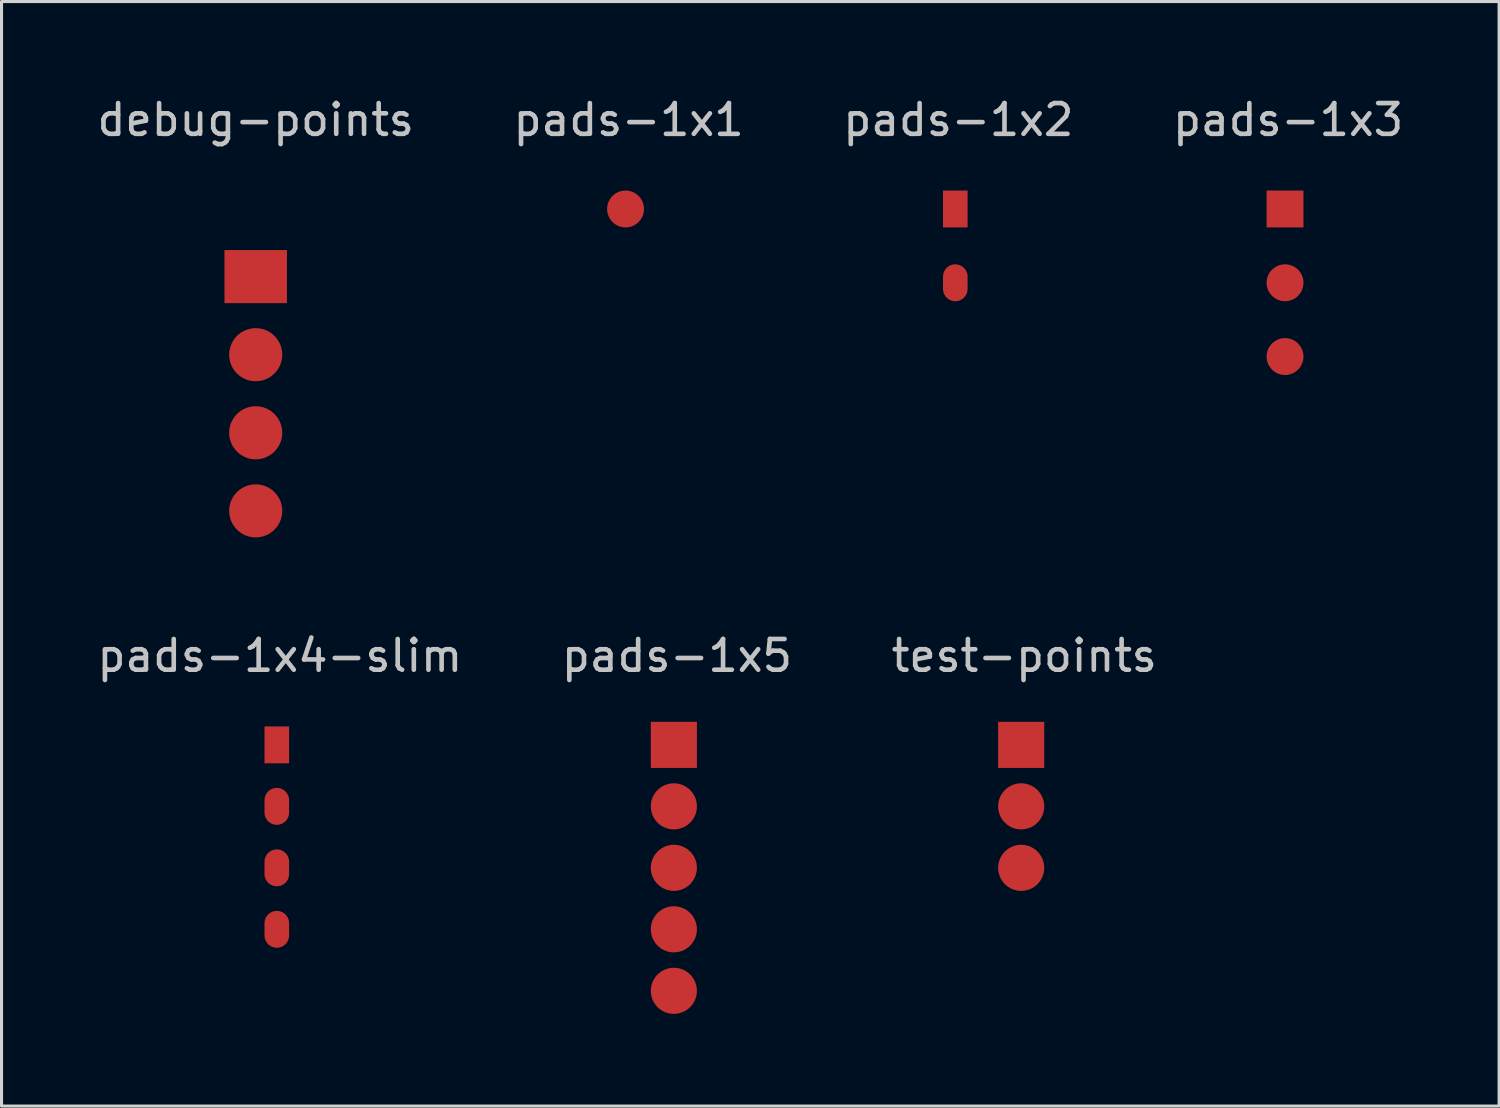
<source format=kicad_pcb>
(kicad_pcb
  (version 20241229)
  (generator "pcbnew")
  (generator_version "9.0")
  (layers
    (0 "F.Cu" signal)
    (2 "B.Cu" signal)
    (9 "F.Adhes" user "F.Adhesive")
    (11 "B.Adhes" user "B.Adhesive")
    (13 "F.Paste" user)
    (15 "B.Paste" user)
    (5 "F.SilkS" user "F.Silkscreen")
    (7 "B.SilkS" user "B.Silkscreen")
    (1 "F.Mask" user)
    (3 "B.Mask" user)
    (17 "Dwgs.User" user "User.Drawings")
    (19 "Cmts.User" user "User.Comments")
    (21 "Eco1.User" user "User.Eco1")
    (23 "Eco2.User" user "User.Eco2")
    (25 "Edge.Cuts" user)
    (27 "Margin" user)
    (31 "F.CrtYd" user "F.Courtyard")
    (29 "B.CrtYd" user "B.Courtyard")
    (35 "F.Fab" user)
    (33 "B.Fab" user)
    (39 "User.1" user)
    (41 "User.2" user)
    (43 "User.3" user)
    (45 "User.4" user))
  (footprint "test-points"
    (layer "F.Cu")
    (at 30.168 21.18)
    (property "Reference" "test-points" (at 0.1 -2.9 0) (layer "Dwgs.User") (effects (font (size 1 1) (thickness 0.15))))
    (attr through_hole)
    (pad "1" smd rect (at 0 0) (size 1.5 1.5) (layers "F.Cu" "F.Mask" "F.Paste"))
    (pad "2" smd circle (at 0 2) (size 1.5 1.5) (layers "F.Cu" "F.Mask" "F.Paste"))
    (pad "3" smd circle (at 0 4) (size 1.5 1.5) (layers "F.Cu" "F.Mask" "F.Paste")))
  (footprint "pads-1x3"
    (layer "F.Cu")
    (at 38.751 3.748)
    (property "Reference" "pads-1x3" (at 0.1 -2.9 0) (layer "Dwgs.User") (effects (font (size 1 1) (thickness 0.15))))
    (attr through_hole)
    (pad "1" smd rect (at 0 0) (size 1.2 1.2) (layers "F.Cu" "F.Mask" "F.Paste"))
    (pad "2" smd circle (at 0 2.4) (size 1.2 1.2) (layers "F.Cu" "F.Mask" "F.Paste"))
    (pad "3" smd circle (at 0 4.8) (size 1.2 1.2) (layers "F.Cu" "F.Mask" "F.Paste")))
  (footprint "pads-1x2"
    (layer "F.Cu")
    (at 28.025 3.748)
    (property "Reference" "pads-1x2" (at 0.1 -2.9 0) (layer "Dwgs.User") (effects (font (size 1 1) (thickness 0.15))))
    (attr through_hole)
    (pad "1" smd rect (at 0 0) (size 0.8 1.2) (layers "F.Cu" "F.Mask" "F.Paste"))
    (pad "2" smd oval (at 0 2.4) (size 0.8 1.2) (layers "F.Cu" "F.Mask" "F.Paste")))
  (footprint "pads-1x5"
    (layer "F.Cu")
    (at 18.87 21.18)
    (property "Reference" "pads-1x5" (at 0.1 -2.9 0) (layer "Dwgs.User") (effects (font (size 1 1) (thickness 0.15))))
    (attr through_hole)
    (pad "1" smd rect (at 0 0) (size 1.5 1.5) (layers "F.Cu" "F.Mask" "F.Paste"))
    (pad "2" smd circle (at 0 2) (size 1.5 1.5) (layers "F.Cu" "F.Mask" "F.Paste"))
    (pad "3" smd circle (at 0 4) (size 1.5 1.5) (layers "F.Cu" "F.Mask" "F.Paste"))
    (pad "4" smd circle (at 0 6) (size 1.5 1.5) (layers "F.Cu" "F.Mask" "F.Paste"))
    (pad "5" smd circle (at 0 8) (size 1.5 1.5) (layers "F.Cu" "F.Mask" "F.Paste")))
  (footprint "pads-1x1"
    (layer "F.Cu")
    (at 17.299 3.748)
    (property "Reference" "pads-1x1" (at 0.1 -2.9 0) (layer "Dwgs.User") (effects (font (size 1 1) (thickness 0.15))))
    (attr through_hole)
    (pad "1" smd oval (at 0 0) (size 1.2 1.2) (layers "F.Cu" "F.Mask")))
  (footprint "debug-points"
    (layer "F.Cu")
    (at 5.268 5.948)
    (property "Reference" "debug-points" (at 0 -5.1 0) (layer "Dwgs.User") (effects (font (size 1 1) (thickness 0.15))))
    (attr through_hole)
    (pad "1" smd rect (at 0 0) (size 2.032 1.727) (layers "F.Cu" "F.Mask" "F.Paste"))
    (pad "2" smd oval (at 0 2.54) (size 1.727 1.727) (layers "F.Cu" "F.Mask" "F.Paste"))
    (pad "3" smd oval (at 0 5.08) (size 1.727 1.727) (layers "F.Cu" "F.Mask" "F.Paste"))
    (pad "4" smd oval (at 0 7.62) (size 1.727 1.727) (layers "F.Cu" "F.Mask" "F.Paste")))
  (footprint "pads-1x4-slim"
    (layer "F.Cu")
    (at 5.954 21.18)
    (property "Reference" "pads-1x4-slim" (at 0.1 -2.9 0) (layer "Dwgs.User") (effects (font (size 1 1) (thickness 0.15))))
    (attr through_hole)
    (pad "1" smd rect (at 0 0) (size 0.8 1.2) (layers "F.Cu" "F.Mask" "F.Paste"))
    (pad "2" smd oval (at 0 2) (size 0.8 1.2) (layers "F.Cu" "F.Mask" "F.Paste"))
    (pad "3" smd oval (at 0 4) (size 0.8 1.2) (layers "F.Cu" "F.Mask" "F.Paste"))
    (pad "4" smd oval (at 0 6) (size 0.8 1.2) (layers "F.Cu" "F.Mask" "F.Paste")))
  (gr_rect
    (start -3 -3)
    (end 45.714 32.93)
    (stroke (width 0.1) (type default))
    (fill no)
    (layer "Edge.Cuts")))
</source>
